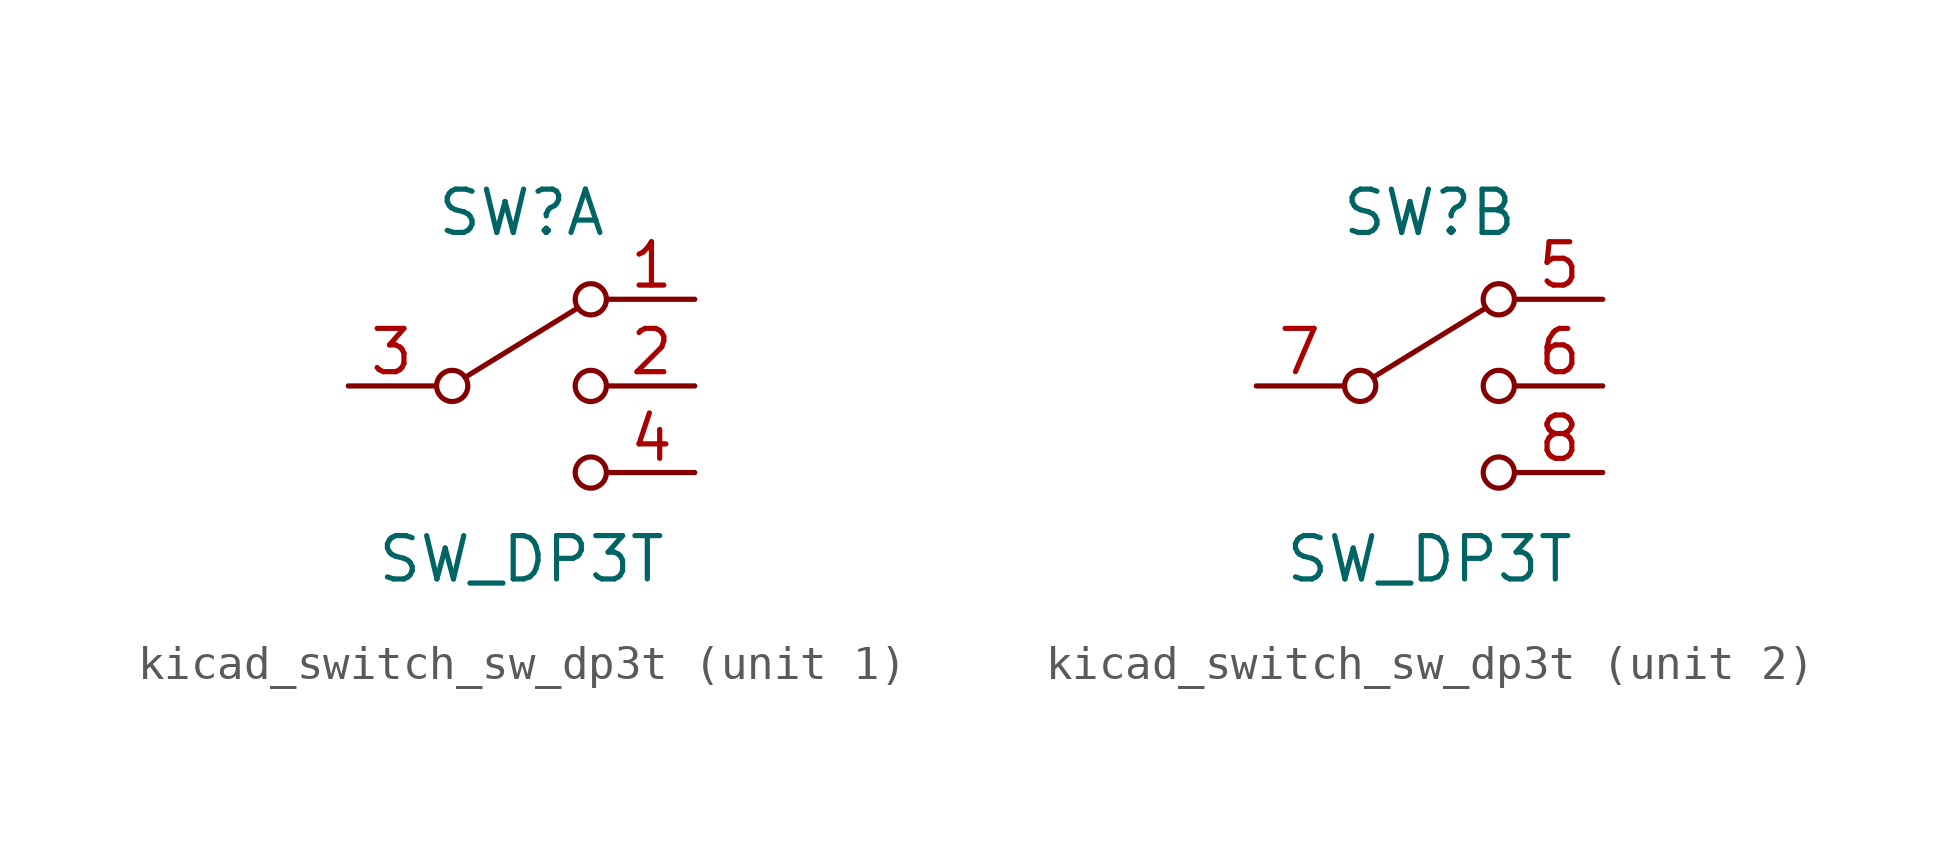
<source format=kicad_sym>
(kicad_symbol_lib
  (version 20220914)
  (generator kicad_symbol_editor)
  (symbol "kicad_switch_sw_dp3t"
    (pin_names
      (offset 0) hide)
    (property "Reference" "SW"
      (at 0 5.08 0)
      (effects (font (size 1.27 1.27))))
    (property "Value" "SW_DP3T"
      (at 0 -5.08 0)
      (effects (font (size 1.27 1.27))))
    (symbol "kicad_switch_sw_dp3t_0_1"
      (circle (center -2.032 0) (radius 0.457) (stroke (width 0) (type default)) (fill (type none)))
      (polyline (pts (xy -1.651 0.254) (xy 1.651 2.286)) (stroke (width 0) (type default)) (fill (type none)))
      (circle (center 2.032 -2.54) (radius 0.457) (stroke (width 0) (type default)) (fill (type none)))
      (circle (center 2.032 0) (radius 0.457) (stroke (width 0) (type default)) (fill (type none)))
      (circle (center 2.032 2.54) (radius 0.457) (stroke (width 0) (type default)) (fill (type none))))
    (symbol "kicad_switch_sw_dp3t_1_1"
      (pin passive line (at 5.08 2.54 180) (length 2.54) (name "1" (effects (font (size 1.27 1.27)))) (number "1" (effects (font (size 1.27 1.27)))))
      (pin passive line (at 5.08 0 180) (length 2.54) (name "2" (effects (font (size 1.27 1.27)))) (number "2" (effects (font (size 1.27 1.27)))))
      (pin passive line (at -5.08 0 0) (length 2.54) (name "3" (effects (font (size 1.27 1.27)))) (number "3" (effects (font (size 1.27 1.27)))))
      (pin passive line (at 5.08 -2.54 180) (length 2.54) (name "4" (effects (font (size 1.27 1.27)))) (number "4" (effects (font (size 1.27 1.27))))))
    (symbol "kicad_switch_sw_dp3t_2_1"
      (pin passive line (at 5.08 2.54 180) (length 2.54) (name "5" (effects (font (size 1.27 1.27)))) (number "5" (effects (font (size 1.27 1.27)))))
      (pin passive line (at 5.08 0 180) (length 2.54) (name "6" (effects (font (size 1.27 1.27)))) (number "6" (effects (font (size 1.27 1.27)))))
      (pin passive line (at -5.08 0 0) (length 2.54) (name "7" (effects (font (size 1.27 1.27)))) (number "7" (effects (font (size 1.27 1.27)))))
      (pin passive line (at 5.08 -2.54 180) (length 2.54) (name "8" (effects (font (size 1.27 1.27)))) (number "8" (effects (font (size 1.27 1.27))))))))
</source>
